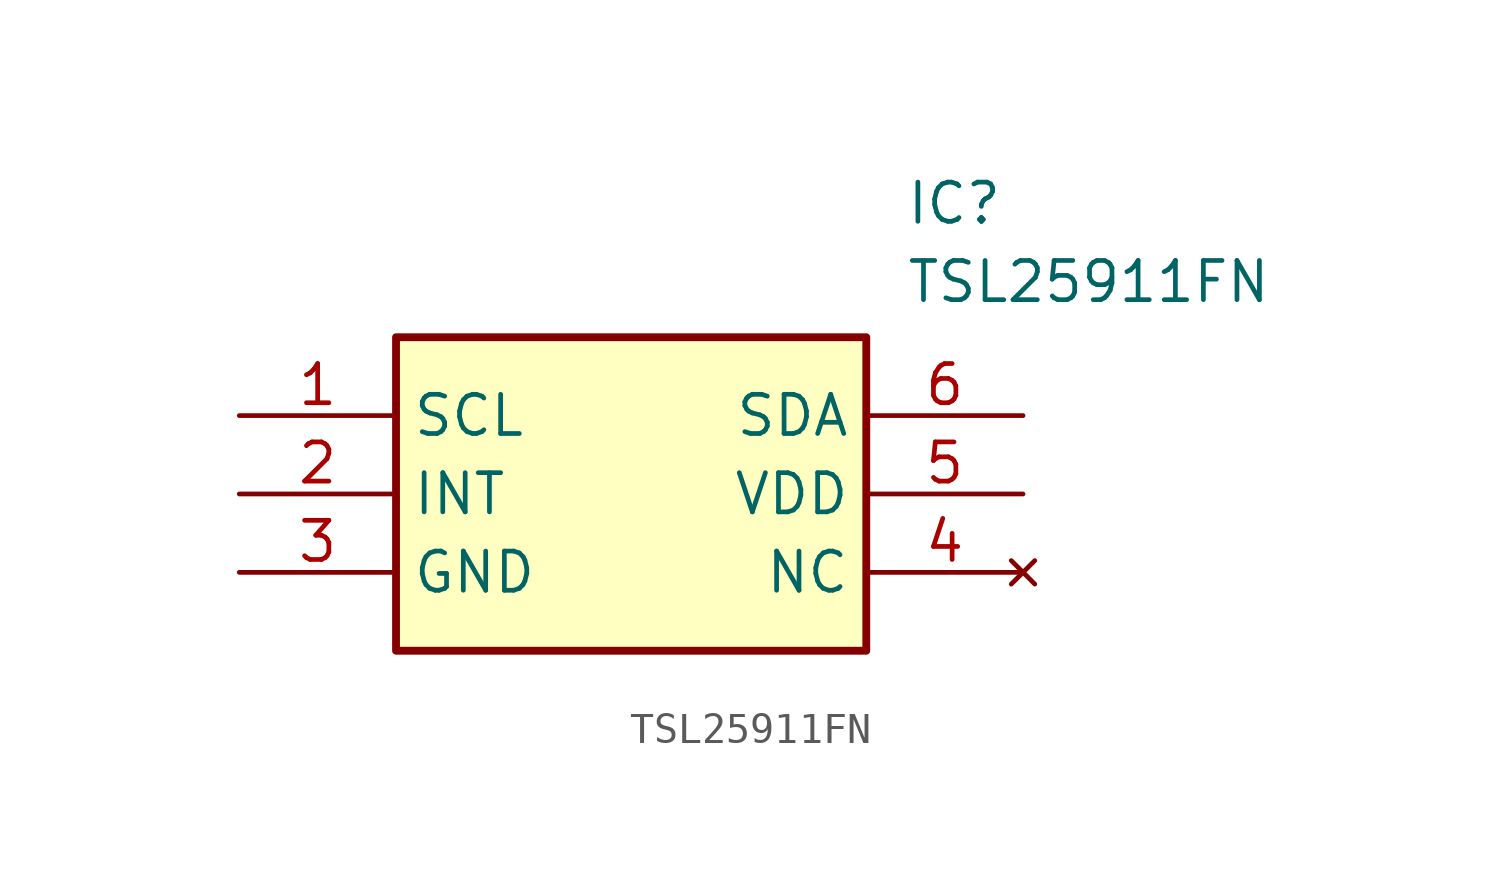
<source format=kicad_sym>
(kicad_symbol_lib
  (version 20211014)
  (generator SamacSys_ECAD_Model)
  (symbol "TSL25911FN"
    (property "Reference" "IC"
      (at 21.59 7.62 0)
      (effects (font (size 1.27 1.27)) (justify left top)))
    (property "Value" "TSL25911FN"
      (at 21.59 5.08 0)
      (effects (font (size 1.27 1.27)) (justify left top)))
    (rectangle
      (start 5.08 2.54)
      (end 20.32 -7.62)
      (stroke (width 0.254) (type default))
      (fill (type background)))
    (pin passive line
      (at 0 0 0)
      (length 5.08)
      (name "SCL" (effects (font (size 1.27 1.27))))
      (number "1" (effects (font (size 1.27 1.27)))))
    (pin passive line
      (at 0 -2.54 0)
      (length 5.08)
      (name "INT" (effects (font (size 1.27 1.27))))
      (number "2" (effects (font (size 1.27 1.27)))))
    (pin passive line
      (at 0 -5.08 0)
      (length 5.08)
      (name "GND" (effects (font (size 1.27 1.27))))
      (number "3" (effects (font (size 1.27 1.27)))))
    (pin no_connect line
      (at 25.4 -5.08 180)
      (length 5.08)
      (name "NC" (effects (font (size 1.27 1.27))))
      (number "4" (effects (font (size 1.27 1.27)))))
    (pin passive line
      (at 25.4 -2.54 180)
      (length 5.08)
      (name "VDD" (effects (font (size 1.27 1.27))))
      (number "5" (effects (font (size 1.27 1.27)))))
    (pin passive line
      (at 25.4 0 180)
      (length 5.08)
      (name "SDA" (effects (font (size 1.27 1.27))))
      (number "6" (effects (font (size 1.27 1.27)))))))
</source>
